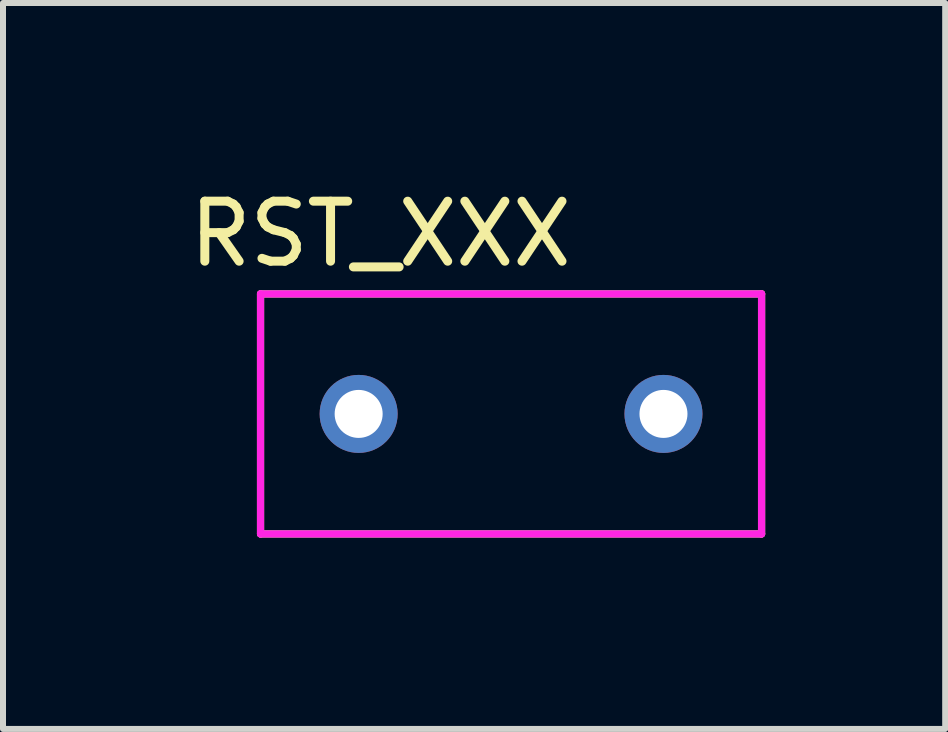
<source format=kicad_pcb>
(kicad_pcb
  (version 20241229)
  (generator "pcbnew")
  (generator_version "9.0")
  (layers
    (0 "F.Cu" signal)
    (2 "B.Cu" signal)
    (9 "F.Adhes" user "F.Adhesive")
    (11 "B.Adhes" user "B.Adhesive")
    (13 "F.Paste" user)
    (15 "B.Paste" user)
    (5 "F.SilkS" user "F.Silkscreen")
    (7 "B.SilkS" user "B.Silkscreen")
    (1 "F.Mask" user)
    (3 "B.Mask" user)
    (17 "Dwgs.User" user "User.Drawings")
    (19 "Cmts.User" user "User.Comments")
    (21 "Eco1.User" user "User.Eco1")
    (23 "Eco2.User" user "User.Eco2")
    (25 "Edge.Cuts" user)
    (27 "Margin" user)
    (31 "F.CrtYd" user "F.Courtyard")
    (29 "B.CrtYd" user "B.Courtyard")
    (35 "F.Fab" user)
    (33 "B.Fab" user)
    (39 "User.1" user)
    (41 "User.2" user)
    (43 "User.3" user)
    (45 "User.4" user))
  (footprint "RST_XXX"
    (layer "F.Cu")
    (at 1.292 5.848)
    (property "Reference" "RST_XXX" (at 2 -5 0) (layer "F.SilkS") (effects (font (size 1 1) (thickness 0.15))))
    (attr through_hole)
    (fp_line (start 0 -4) (end 0 0) (stroke (width 0.12) (type solid)) (layer "F.SilkS"))
    (fp_line (start 0 0) (end 8.35 0) (stroke (width 0.12) (type solid)) (layer "F.SilkS"))
    (fp_line (start 8.35 -4) (end 0 -4) (stroke (width 0.12) (type solid)) (layer "F.SilkS"))
    (fp_line (start 8.35 0) (end 8.35 -4) (stroke (width 0.12) (type solid)) (layer "F.SilkS"))
    (fp_line (start 0 -4) (end 0 0) (stroke (width 0.12) (type solid)) (layer "F.CrtYd"))
    (fp_line (start 0 0) (end 8.35 0) (stroke (width 0.12) (type solid)) (layer "F.CrtYd"))
    (fp_line (start 8.35 -4) (end 0 -4) (stroke (width 0.12) (type solid)) (layer "F.CrtYd"))
    (fp_line (start 8.35 0) (end 8.35 -4) (stroke (width 0.12) (type solid)) (layer "F.CrtYd"))
    (pad "1" thru_hole circle (at 1.635 -2) (size 1.3 1.3) (drill 0.8) (layers "*.Cu" "*.Mask"))
    (pad "2" thru_hole circle (at 6.715 -2) (size 1.3 1.3) (drill 0.8) (layers "*.Cu" "*.Mask")))
  (gr_rect
    (start -3 -3)
    (end 12.702 9.098)
    (stroke (width 0.1) (type default))
    (fill no)
    (layer "Edge.Cuts")))
</source>
